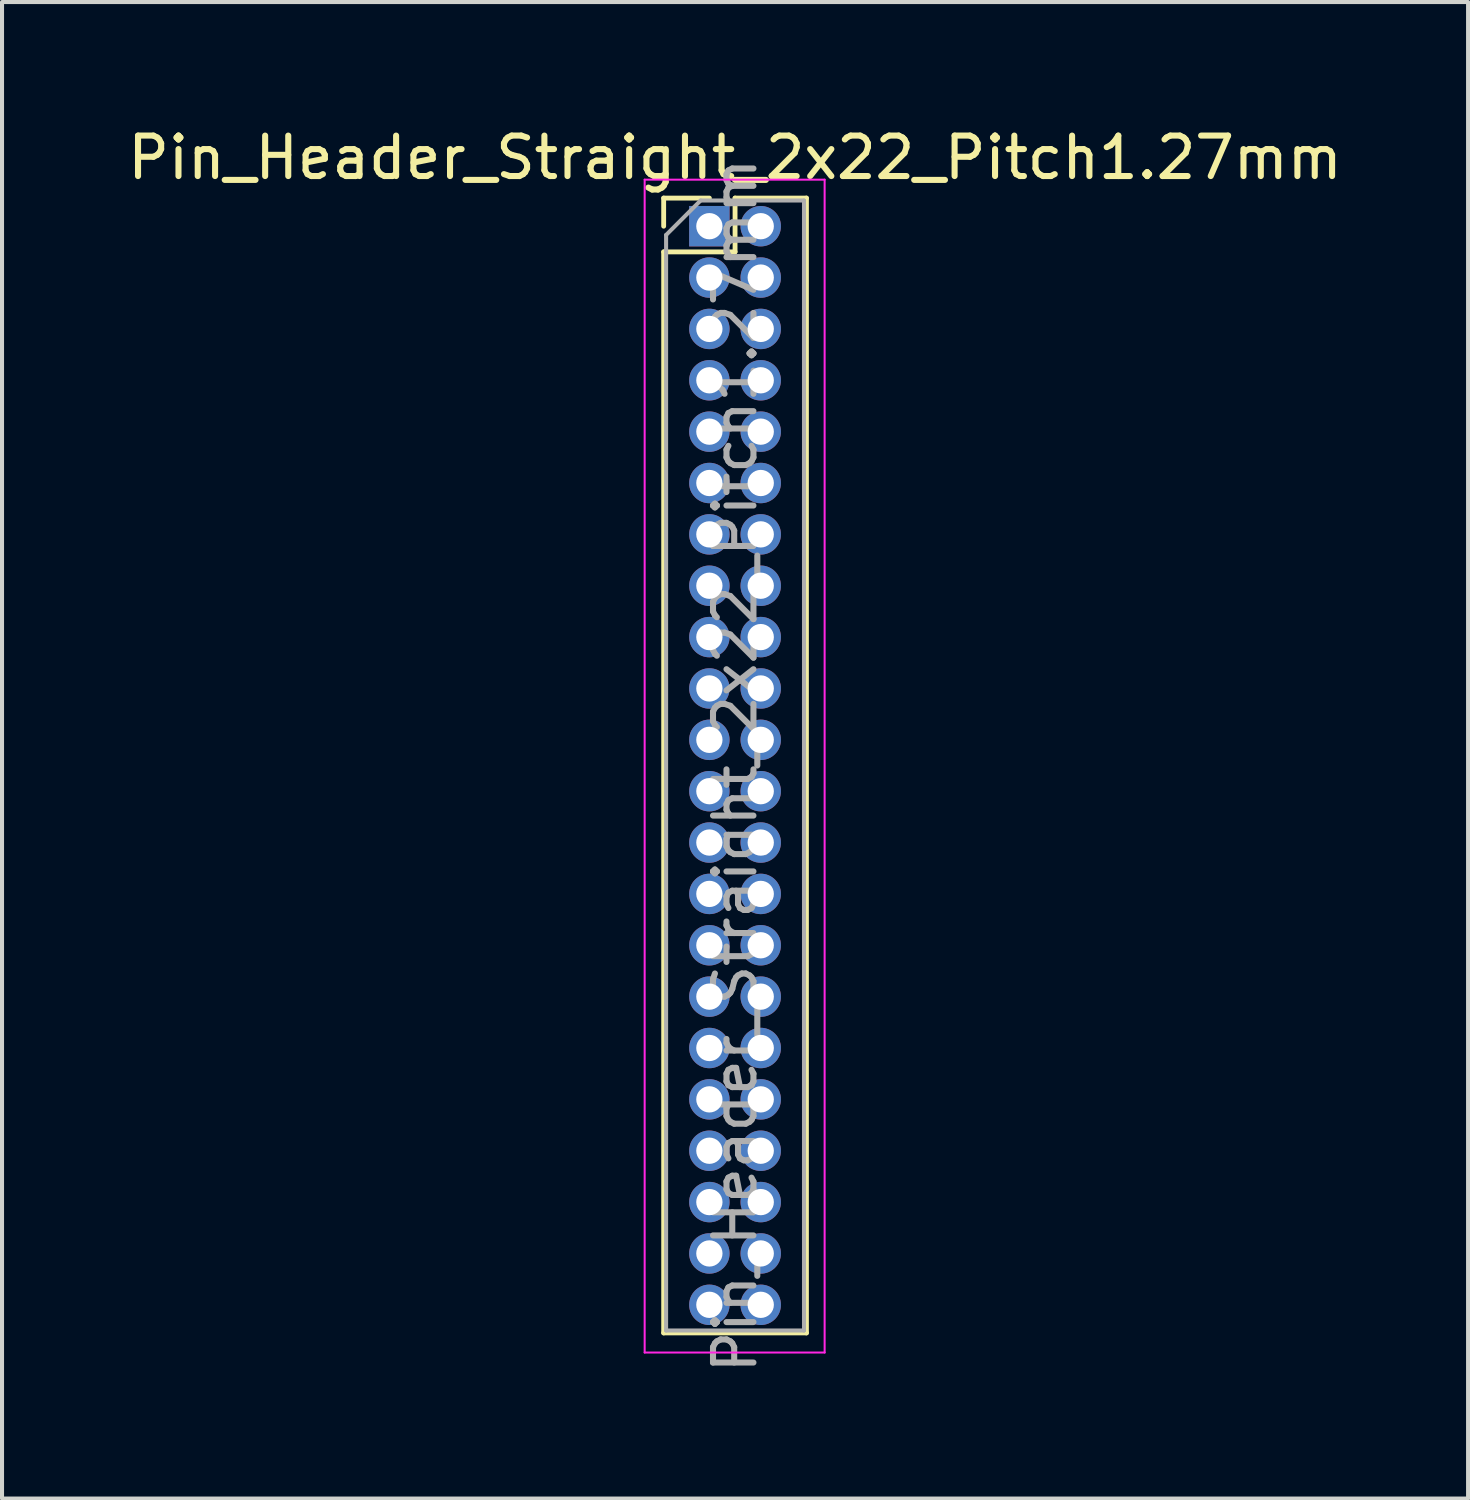
<source format=kicad_pcb>
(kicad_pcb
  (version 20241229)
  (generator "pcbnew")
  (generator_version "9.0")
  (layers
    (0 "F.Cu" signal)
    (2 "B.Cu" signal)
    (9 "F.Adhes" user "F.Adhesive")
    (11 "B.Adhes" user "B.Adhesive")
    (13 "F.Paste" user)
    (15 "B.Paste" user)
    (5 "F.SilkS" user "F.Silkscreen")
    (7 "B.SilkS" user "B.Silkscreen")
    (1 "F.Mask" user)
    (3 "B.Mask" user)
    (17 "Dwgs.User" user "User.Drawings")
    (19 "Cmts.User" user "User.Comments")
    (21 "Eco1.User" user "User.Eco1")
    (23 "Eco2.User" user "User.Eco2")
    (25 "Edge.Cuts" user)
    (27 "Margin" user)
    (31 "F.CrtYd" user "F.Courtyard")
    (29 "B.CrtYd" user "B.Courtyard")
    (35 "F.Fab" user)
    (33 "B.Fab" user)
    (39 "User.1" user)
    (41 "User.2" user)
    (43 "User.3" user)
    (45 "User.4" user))
  (footprint "Pin_Header_Straight_2x22_Pitch1.27mm"
    (layer "F.Cu")
    (at 14.49 2.543)
    (property "Reference" "Pin_Header_Straight_2x22_Pitch1.27mm" (at 0.635 -1.695 0) (layer "F.SilkS") (effects (font (size 1 1) (thickness 0.15))))
    (attr through_hole)
    (fp_line (start -1.13 -0.695) (end 0 -0.695) (stroke (width 0.12) (type solid)) (layer "F.SilkS"))
    (fp_line (start -1.13 0) (end -1.13 -0.695) (stroke (width 0.12) (type solid)) (layer "F.SilkS"))
    (fp_line (start -1.13 0.635) (end -1.13 27.365) (stroke (width 0.12) (type solid)) (layer "F.SilkS"))
    (fp_line (start -1.13 27.365) (end 2.4 27.365) (stroke (width 0.12) (type solid)) (layer "F.SilkS"))
    (fp_line (start 0.635 -0.695) (end 0.635 0.635) (stroke (width 0.12) (type solid)) (layer "F.SilkS"))
    (fp_line (start 0.635 0.635) (end -1.13 0.635) (stroke (width 0.12) (type solid)) (layer "F.SilkS"))
    (fp_line (start 2.4 -0.695) (end 0.635 -0.695) (stroke (width 0.12) (type solid)) (layer "F.SilkS"))
    (fp_line (start 2.4 27.365) (end 2.4 -0.695) (stroke (width 0.12) (type solid)) (layer "F.SilkS"))
    (fp_line (start -1.6 -1.15) (end -1.6 27.85) (stroke (width 0.05) (type solid)) (layer "F.CrtYd"))
    (fp_line (start -1.6 27.85) (end 2.85 27.85) (stroke (width 0.05) (type solid)) (layer "F.CrtYd"))
    (fp_line (start 2.85 -1.15) (end -1.6 -1.15) (stroke (width 0.05) (type solid)) (layer "F.CrtYd"))
    (fp_line (start 2.85 27.85) (end 2.85 -1.15) (stroke (width 0.05) (type solid)) (layer "F.CrtYd"))
    (fp_line (start -1.07 0.217) (end -0.217 -0.635) (stroke (width 0.1) (type solid)) (layer "F.Fab"))
    (fp_line (start -1.07 27.305) (end -1.07 0.217) (stroke (width 0.1) (type solid)) (layer "F.Fab"))
    (fp_line (start -0.217 -0.635) (end 2.34 -0.635) (stroke (width 0.1) (type solid)) (layer "F.Fab"))
    (fp_line (start 2.34 -0.635) (end 2.34 27.305) (stroke (width 0.1) (type solid)) (layer "F.Fab"))
    (fp_line (start 2.34 27.305) (end -1.07 27.305) (stroke (width 0.1) (type solid)) (layer "F.Fab"))
    (fp_text user "${REFERENCE}" (at 0.635 13.335 90) (layer "F.Fab") (effects (font (size 1 1) (thickness 0.15))))
    (pad "1" thru_hole rect (at 0 0) (size 1 1) (drill 0.65) (layers "*.Cu" "*.Mask"))
    (pad "2" thru_hole oval (at 1.27 0) (size 1 1) (drill 0.65) (layers "*.Cu" "*.Mask"))
    (pad "3" thru_hole oval (at 0 1.27) (size 1 1) (drill 0.65) (layers "*.Cu" "*.Mask"))
    (pad "4" thru_hole oval (at 1.27 1.27) (size 1 1) (drill 0.65) (layers "*.Cu" "*.Mask"))
    (pad "5" thru_hole oval (at 0 2.54) (size 1 1) (drill 0.65) (layers "*.Cu" "*.Mask"))
    (pad "6" thru_hole oval (at 1.27 2.54) (size 1 1) (drill 0.65) (layers "*.Cu" "*.Mask"))
    (pad "7" thru_hole oval (at 0 3.81) (size 1 1) (drill 0.65) (layers "*.Cu" "*.Mask"))
    (pad "8" thru_hole oval (at 1.27 3.81) (size 1 1) (drill 0.65) (layers "*.Cu" "*.Mask"))
    (pad "9" thru_hole oval (at 0 5.08) (size 1 1) (drill 0.65) (layers "*.Cu" "*.Mask"))
    (pad "10" thru_hole oval (at 1.27 5.08) (size 1 1) (drill 0.65) (layers "*.Cu" "*.Mask"))
    (pad "11" thru_hole oval (at 0 6.35) (size 1 1) (drill 0.65) (layers "*.Cu" "*.Mask"))
    (pad "12" thru_hole oval (at 1.27 6.35) (size 1 1) (drill 0.65) (layers "*.Cu" "*.Mask"))
    (pad "13" thru_hole oval (at 0 7.62) (size 1 1) (drill 0.65) (layers "*.Cu" "*.Mask"))
    (pad "14" thru_hole oval (at 1.27 7.62) (size 1 1) (drill 0.65) (layers "*.Cu" "*.Mask"))
    (pad "15" thru_hole oval (at 0 8.89) (size 1 1) (drill 0.65) (layers "*.Cu" "*.Mask"))
    (pad "16" thru_hole oval (at 1.27 8.89) (size 1 1) (drill 0.65) (layers "*.Cu" "*.Mask"))
    (pad "17" thru_hole oval (at 0 10.16) (size 1 1) (drill 0.65) (layers "*.Cu" "*.Mask"))
    (pad "18" thru_hole oval (at 1.27 10.16) (size 1 1) (drill 0.65) (layers "*.Cu" "*.Mask"))
    (pad "19" thru_hole oval (at 0 11.43) (size 1 1) (drill 0.65) (layers "*.Cu" "*.Mask"))
    (pad "20" thru_hole oval (at 1.27 11.43) (size 1 1) (drill 0.65) (layers "*.Cu" "*.Mask"))
    (pad "21" thru_hole oval (at 0 12.7) (size 1 1) (drill 0.65) (layers "*.Cu" "*.Mask"))
    (pad "22" thru_hole oval (at 1.27 12.7) (size 1 1) (drill 0.65) (layers "*.Cu" "*.Mask"))
    (pad "23" thru_hole oval (at 0 13.97) (size 1 1) (drill 0.65) (layers "*.Cu" "*.Mask"))
    (pad "24" thru_hole oval (at 1.27 13.97) (size 1 1) (drill 0.65) (layers "*.Cu" "*.Mask"))
    (pad "25" thru_hole oval (at 0 15.24) (size 1 1) (drill 0.65) (layers "*.Cu" "*.Mask"))
    (pad "26" thru_hole oval (at 1.27 15.24) (size 1 1) (drill 0.65) (layers "*.Cu" "*.Mask"))
    (pad "27" thru_hole oval (at 0 16.51) (size 1 1) (drill 0.65) (layers "*.Cu" "*.Mask"))
    (pad "28" thru_hole oval (at 1.27 16.51) (size 1 1) (drill 0.65) (layers "*.Cu" "*.Mask"))
    (pad "29" thru_hole oval (at 0 17.78) (size 1 1) (drill 0.65) (layers "*.Cu" "*.Mask"))
    (pad "30" thru_hole oval (at 1.27 17.78) (size 1 1) (drill 0.65) (layers "*.Cu" "*.Mask"))
    (pad "31" thru_hole oval (at 0 19.05) (size 1 1) (drill 0.65) (layers "*.Cu" "*.Mask"))
    (pad "32" thru_hole oval (at 1.27 19.05) (size 1 1) (drill 0.65) (layers "*.Cu" "*.Mask"))
    (pad "33" thru_hole oval (at 0 20.32) (size 1 1) (drill 0.65) (layers "*.Cu" "*.Mask"))
    (pad "34" thru_hole oval (at 1.27 20.32) (size 1 1) (drill 0.65) (layers "*.Cu" "*.Mask"))
    (pad "35" thru_hole oval (at 0 21.59) (size 1 1) (drill 0.65) (layers "*.Cu" "*.Mask"))
    (pad "36" thru_hole oval (at 1.27 21.59) (size 1 1) (drill 0.65) (layers "*.Cu" "*.Mask"))
    (pad "37" thru_hole oval (at 0 22.86) (size 1 1) (drill 0.65) (layers "*.Cu" "*.Mask"))
    (pad "38" thru_hole oval (at 1.27 22.86) (size 1 1) (drill 0.65) (layers "*.Cu" "*.Mask"))
    (pad "39" thru_hole oval (at 0 24.13) (size 1 1) (drill 0.65) (layers "*.Cu" "*.Mask"))
    (pad "40" thru_hole oval (at 1.27 24.13) (size 1 1) (drill 0.65) (layers "*.Cu" "*.Mask"))
    (pad "41" thru_hole oval (at 0 25.4) (size 1 1) (drill 0.65) (layers "*.Cu" "*.Mask"))
    (pad "42" thru_hole oval (at 1.27 25.4) (size 1 1) (drill 0.65) (layers "*.Cu" "*.Mask"))
    (pad "43" thru_hole oval (at 0 26.67) (size 1 1) (drill 0.65) (layers "*.Cu" "*.Mask"))
    (pad "44" thru_hole oval (at 1.27 26.67) (size 1 1) (drill 0.65) (layers "*.Cu" "*.Mask")))
  (gr_rect
    (start -3 -3)
    (end 33.25 34.003)
    (stroke (width 0.1) (type default))
    (fill no)
    (layer "Edge.Cuts")))
</source>
